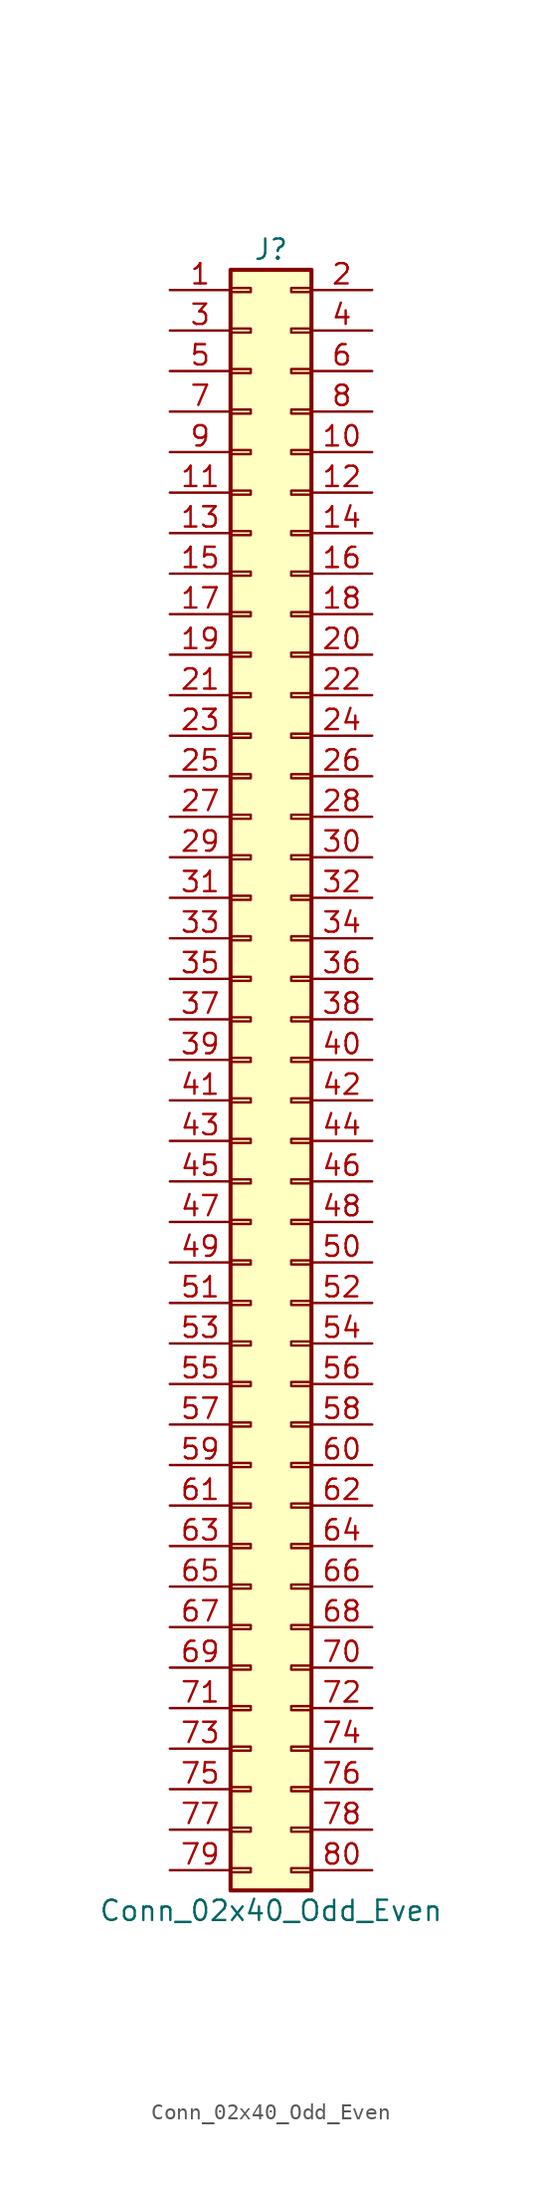
<source format=kicad_sym>
(kicad_symbol_lib
  (version 20241209)
  (generator "kicad_symbol_editor")
  (generator_version "9.0")
  (symbol "Conn_02x40_Odd_Even"
    (pin_names
      (offset 1.016)
      (hide yes))
    (property "Reference" "J"
      (at 1.27 50.8 0)
      (effects (font (size 1.27 1.27))))
    (property "Value" "Conn_02x40_Odd_Even"
      (at 1.27 -53.34 0)
      (effects (font (size 1.27 1.27))))
    (symbol "Conn_02x40_Odd_Even_1_1"
      (rectangle (start -1.27 49.53) (end 3.81 -52.07) (stroke (width 0.254) (type default)) (fill (type background)))
      (rectangle (start -1.27 48.387) (end 0 48.133) (stroke (width 0.152) (type default)) (fill (type none)))
      (rectangle (start -1.27 45.847) (end 0 45.593) (stroke (width 0.152) (type default)) (fill (type none)))
      (rectangle (start -1.27 43.307) (end 0 43.053) (stroke (width 0.152) (type default)) (fill (type none)))
      (rectangle (start -1.27 40.767) (end 0 40.513) (stroke (width 0.152) (type default)) (fill (type none)))
      (rectangle (start -1.27 38.227) (end 0 37.973) (stroke (width 0.152) (type default)) (fill (type none)))
      (rectangle (start -1.27 35.687) (end 0 35.433) (stroke (width 0.152) (type default)) (fill (type none)))
      (rectangle (start -1.27 33.147) (end 0 32.893) (stroke (width 0.152) (type default)) (fill (type none)))
      (rectangle (start -1.27 30.607) (end 0 30.353) (stroke (width 0.152) (type default)) (fill (type none)))
      (rectangle (start -1.27 28.067) (end 0 27.813) (stroke (width 0.152) (type default)) (fill (type none)))
      (rectangle (start -1.27 25.527) (end 0 25.273) (stroke (width 0.152) (type default)) (fill (type none)))
      (rectangle (start -1.27 22.987) (end 0 22.733) (stroke (width 0.152) (type default)) (fill (type none)))
      (rectangle (start -1.27 20.447) (end 0 20.193) (stroke (width 0.152) (type default)) (fill (type none)))
      (rectangle (start -1.27 17.907) (end 0 17.653) (stroke (width 0.152) (type default)) (fill (type none)))
      (rectangle (start -1.27 15.367) (end 0 15.113) (stroke (width 0.152) (type default)) (fill (type none)))
      (rectangle (start -1.27 12.827) (end 0 12.573) (stroke (width 0.152) (type default)) (fill (type none)))
      (rectangle (start -1.27 10.287) (end 0 10.033) (stroke (width 0.152) (type default)) (fill (type none)))
      (rectangle (start -1.27 7.747) (end 0 7.493) (stroke (width 0.152) (type default)) (fill (type none)))
      (rectangle (start -1.27 5.207) (end 0 4.953) (stroke (width 0.152) (type default)) (fill (type none)))
      (rectangle (start -1.27 2.667) (end 0 2.413) (stroke (width 0.152) (type default)) (fill (type none)))
      (rectangle (start -1.27 0.127) (end 0 -0.127) (stroke (width 0.152) (type default)) (fill (type none)))
      (rectangle (start -1.27 -2.413) (end 0 -2.667) (stroke (width 0.152) (type default)) (fill (type none)))
      (rectangle (start -1.27 -4.953) (end 0 -5.207) (stroke (width 0.152) (type default)) (fill (type none)))
      (rectangle (start -1.27 -7.493) (end 0 -7.747) (stroke (width 0.152) (type default)) (fill (type none)))
      (rectangle (start -1.27 -10.033) (end 0 -10.287) (stroke (width 0.152) (type default)) (fill (type none)))
      (rectangle (start -1.27 -12.573) (end 0 -12.827) (stroke (width 0.152) (type default)) (fill (type none)))
      (rectangle (start -1.27 -15.113) (end 0 -15.367) (stroke (width 0.152) (type default)) (fill (type none)))
      (rectangle (start -1.27 -17.653) (end 0 -17.907) (stroke (width 0.152) (type default)) (fill (type none)))
      (rectangle (start -1.27 -20.193) (end 0 -20.447) (stroke (width 0.152) (type default)) (fill (type none)))
      (rectangle (start -1.27 -22.733) (end 0 -22.987) (stroke (width 0.152) (type default)) (fill (type none)))
      (rectangle (start -1.27 -25.273) (end 0 -25.527) (stroke (width 0.152) (type default)) (fill (type none)))
      (rectangle (start -1.27 -27.813) (end 0 -28.067) (stroke (width 0.152) (type default)) (fill (type none)))
      (rectangle (start -1.27 -30.353) (end 0 -30.607) (stroke (width 0.152) (type default)) (fill (type none)))
      (rectangle (start -1.27 -32.893) (end 0 -33.147) (stroke (width 0.152) (type default)) (fill (type none)))
      (rectangle (start -1.27 -35.433) (end 0 -35.687) (stroke (width 0.152) (type default)) (fill (type none)))
      (rectangle (start -1.27 -37.973) (end 0 -38.227) (stroke (width 0.152) (type default)) (fill (type none)))
      (rectangle (start -1.27 -40.513) (end 0 -40.767) (stroke (width 0.152) (type default)) (fill (type none)))
      (rectangle (start -1.27 -43.053) (end 0 -43.307) (stroke (width 0.152) (type default)) (fill (type none)))
      (rectangle (start -1.27 -45.593) (end 0 -45.847) (stroke (width 0.152) (type default)) (fill (type none)))
      (rectangle (start -1.27 -48.133) (end 0 -48.387) (stroke (width 0.152) (type default)) (fill (type none)))
      (rectangle (start -1.27 -50.673) (end 0 -50.927) (stroke (width 0.152) (type default)) (fill (type none)))
      (rectangle (start 3.81 48.387) (end 2.54 48.133) (stroke (width 0.152) (type default)) (fill (type none)))
      (rectangle (start 3.81 45.847) (end 2.54 45.593) (stroke (width 0.152) (type default)) (fill (type none)))
      (rectangle (start 3.81 43.307) (end 2.54 43.053) (stroke (width 0.152) (type default)) (fill (type none)))
      (rectangle (start 3.81 40.767) (end 2.54 40.513) (stroke (width 0.152) (type default)) (fill (type none)))
      (rectangle (start 3.81 38.227) (end 2.54 37.973) (stroke (width 0.152) (type default)) (fill (type none)))
      (rectangle (start 3.81 35.687) (end 2.54 35.433) (stroke (width 0.152) (type default)) (fill (type none)))
      (rectangle (start 3.81 33.147) (end 2.54 32.893) (stroke (width 0.152) (type default)) (fill (type none)))
      (rectangle (start 3.81 30.607) (end 2.54 30.353) (stroke (width 0.152) (type default)) (fill (type none)))
      (rectangle (start 3.81 28.067) (end 2.54 27.813) (stroke (width 0.152) (type default)) (fill (type none)))
      (rectangle (start 3.81 25.527) (end 2.54 25.273) (stroke (width 0.152) (type default)) (fill (type none)))
      (rectangle (start 3.81 22.987) (end 2.54 22.733) (stroke (width 0.152) (type default)) (fill (type none)))
      (rectangle (start 3.81 20.447) (end 2.54 20.193) (stroke (width 0.152) (type default)) (fill (type none)))
      (rectangle (start 3.81 17.907) (end 2.54 17.653) (stroke (width 0.152) (type default)) (fill (type none)))
      (rectangle (start 3.81 15.367) (end 2.54 15.113) (stroke (width 0.152) (type default)) (fill (type none)))
      (rectangle (start 3.81 12.827) (end 2.54 12.573) (stroke (width 0.152) (type default)) (fill (type none)))
      (rectangle (start 3.81 10.287) (end 2.54 10.033) (stroke (width 0.152) (type default)) (fill (type none)))
      (rectangle (start 3.81 7.747) (end 2.54 7.493) (stroke (width 0.152) (type default)) (fill (type none)))
      (rectangle (start 3.81 5.207) (end 2.54 4.953) (stroke (width 0.152) (type default)) (fill (type none)))
      (rectangle (start 3.81 2.667) (end 2.54 2.413) (stroke (width 0.152) (type default)) (fill (type none)))
      (rectangle (start 3.81 0.127) (end 2.54 -0.127) (stroke (width 0.152) (type default)) (fill (type none)))
      (rectangle (start 3.81 -2.413) (end 2.54 -2.667) (stroke (width 0.152) (type default)) (fill (type none)))
      (rectangle (start 3.81 -4.953) (end 2.54 -5.207) (stroke (width 0.152) (type default)) (fill (type none)))
      (rectangle (start 3.81 -7.493) (end 2.54 -7.747) (stroke (width 0.152) (type default)) (fill (type none)))
      (rectangle (start 3.81 -10.033) (end 2.54 -10.287) (stroke (width 0.152) (type default)) (fill (type none)))
      (rectangle (start 3.81 -12.573) (end 2.54 -12.827) (stroke (width 0.152) (type default)) (fill (type none)))
      (rectangle (start 3.81 -15.113) (end 2.54 -15.367) (stroke (width 0.152) (type default)) (fill (type none)))
      (rectangle (start 3.81 -17.653) (end 2.54 -17.907) (stroke (width 0.152) (type default)) (fill (type none)))
      (rectangle (start 3.81 -20.193) (end 2.54 -20.447) (stroke (width 0.152) (type default)) (fill (type none)))
      (rectangle (start 3.81 -22.733) (end 2.54 -22.987) (stroke (width 0.152) (type default)) (fill (type none)))
      (rectangle (start 3.81 -25.273) (end 2.54 -25.527) (stroke (width 0.152) (type default)) (fill (type none)))
      (rectangle (start 3.81 -27.813) (end 2.54 -28.067) (stroke (width 0.152) (type default)) (fill (type none)))
      (rectangle (start 3.81 -30.353) (end 2.54 -30.607) (stroke (width 0.152) (type default)) (fill (type none)))
      (rectangle (start 3.81 -32.893) (end 2.54 -33.147) (stroke (width 0.152) (type default)) (fill (type none)))
      (rectangle (start 3.81 -35.433) (end 2.54 -35.687) (stroke (width 0.152) (type default)) (fill (type none)))
      (rectangle (start 3.81 -37.973) (end 2.54 -38.227) (stroke (width 0.152) (type default)) (fill (type none)))
      (rectangle (start 3.81 -40.513) (end 2.54 -40.767) (stroke (width 0.152) (type default)) (fill (type none)))
      (rectangle (start 3.81 -43.053) (end 2.54 -43.307) (stroke (width 0.152) (type default)) (fill (type none)))
      (rectangle (start 3.81 -45.593) (end 2.54 -45.847) (stroke (width 0.152) (type default)) (fill (type none)))
      (rectangle (start 3.81 -48.133) (end 2.54 -48.387) (stroke (width 0.152) (type default)) (fill (type none)))
      (rectangle (start 3.81 -50.673) (end 2.54 -50.927) (stroke (width 0.152) (type default)) (fill (type none)))
      (pin passive line (at -5.08 48.26 0) (length 3.81) (name "Pin_1" (effects (font (size 1.27 1.27)))) (number "1" (effects (font (size 1.27 1.27)))))
      (pin passive line (at -5.08 45.72 0) (length 3.81) (name "Pin_3" (effects (font (size 1.27 1.27)))) (number "3" (effects (font (size 1.27 1.27)))))
      (pin passive line (at -5.08 43.18 0) (length 3.81) (name "Pin_5" (effects (font (size 1.27 1.27)))) (number "5" (effects (font (size 1.27 1.27)))))
      (pin passive line (at -5.08 40.64 0) (length 3.81) (name "Pin_7" (effects (font (size 1.27 1.27)))) (number "7" (effects (font (size 1.27 1.27)))))
      (pin passive line (at -5.08 38.1 0) (length 3.81) (name "Pin_9" (effects (font (size 1.27 1.27)))) (number "9" (effects (font (size 1.27 1.27)))))
      (pin passive line (at -5.08 35.56 0) (length 3.81) (name "Pin_11" (effects (font (size 1.27 1.27)))) (number "11" (effects (font (size 1.27 1.27)))))
      (pin passive line (at -5.08 33.02 0) (length 3.81) (name "Pin_13" (effects (font (size 1.27 1.27)))) (number "13" (effects (font (size 1.27 1.27)))))
      (pin passive line (at -5.08 30.48 0) (length 3.81) (name "Pin_15" (effects (font (size 1.27 1.27)))) (number "15" (effects (font (size 1.27 1.27)))))
      (pin passive line (at -5.08 27.94 0) (length 3.81) (name "Pin_17" (effects (font (size 1.27 1.27)))) (number "17" (effects (font (size 1.27 1.27)))))
      (pin passive line (at -5.08 25.4 0) (length 3.81) (name "Pin_19" (effects (font (size 1.27 1.27)))) (number "19" (effects (font (size 1.27 1.27)))))
      (pin passive line (at -5.08 22.86 0) (length 3.81) (name "Pin_21" (effects (font (size 1.27 1.27)))) (number "21" (effects (font (size 1.27 1.27)))))
      (pin passive line (at -5.08 20.32 0) (length 3.81) (name "Pin_23" (effects (font (size 1.27 1.27)))) (number "23" (effects (font (size 1.27 1.27)))))
      (pin passive line (at -5.08 17.78 0) (length 3.81) (name "Pin_25" (effects (font (size 1.27 1.27)))) (number "25" (effects (font (size 1.27 1.27)))))
      (pin passive line (at -5.08 15.24 0) (length 3.81) (name "Pin_27" (effects (font (size 1.27 1.27)))) (number "27" (effects (font (size 1.27 1.27)))))
      (pin passive line (at -5.08 12.7 0) (length 3.81) (name "Pin_29" (effects (font (size 1.27 1.27)))) (number "29" (effects (font (size 1.27 1.27)))))
      (pin passive line (at -5.08 10.16 0) (length 3.81) (name "Pin_31" (effects (font (size 1.27 1.27)))) (number "31" (effects (font (size 1.27 1.27)))))
      (pin passive line (at -5.08 7.62 0) (length 3.81) (name "Pin_33" (effects (font (size 1.27 1.27)))) (number "33" (effects (font (size 1.27 1.27)))))
      (pin passive line (at -5.08 5.08 0) (length 3.81) (name "Pin_35" (effects (font (size 1.27 1.27)))) (number "35" (effects (font (size 1.27 1.27)))))
      (pin passive line (at -5.08 2.54 0) (length 3.81) (name "Pin_37" (effects (font (size 1.27 1.27)))) (number "37" (effects (font (size 1.27 1.27)))))
      (pin passive line (at -5.08 0 0) (length 3.81) (name "Pin_39" (effects (font (size 1.27 1.27)))) (number "39" (effects (font (size 1.27 1.27)))))
      (pin passive line (at -5.08 -2.54 0) (length 3.81) (name "Pin_41" (effects (font (size 1.27 1.27)))) (number "41" (effects (font (size 1.27 1.27)))))
      (pin passive line (at -5.08 -5.08 0) (length 3.81) (name "Pin_43" (effects (font (size 1.27 1.27)))) (number "43" (effects (font (size 1.27 1.27)))))
      (pin passive line (at -5.08 -7.62 0) (length 3.81) (name "Pin_45" (effects (font (size 1.27 1.27)))) (number "45" (effects (font (size 1.27 1.27)))))
      (pin passive line (at -5.08 -10.16 0) (length 3.81) (name "Pin_47" (effects (font (size 1.27 1.27)))) (number "47" (effects (font (size 1.27 1.27)))))
      (pin passive line (at -5.08 -12.7 0) (length 3.81) (name "Pin_49" (effects (font (size 1.27 1.27)))) (number "49" (effects (font (size 1.27 1.27)))))
      (pin passive line (at -5.08 -15.24 0) (length 3.81) (name "Pin_51" (effects (font (size 1.27 1.27)))) (number "51" (effects (font (size 1.27 1.27)))))
      (pin passive line (at -5.08 -17.78 0) (length 3.81) (name "Pin_53" (effects (font (size 1.27 1.27)))) (number "53" (effects (font (size 1.27 1.27)))))
      (pin passive line (at -5.08 -20.32 0) (length 3.81) (name "Pin_55" (effects (font (size 1.27 1.27)))) (number "55" (effects (font (size 1.27 1.27)))))
      (pin passive line (at -5.08 -22.86 0) (length 3.81) (name "Pin_57" (effects (font (size 1.27 1.27)))) (number "57" (effects (font (size 1.27 1.27)))))
      (pin passive line (at -5.08 -25.4 0) (length 3.81) (name "Pin_59" (effects (font (size 1.27 1.27)))) (number "59" (effects (font (size 1.27 1.27)))))
      (pin passive line (at -5.08 -27.94 0) (length 3.81) (name "Pin_61" (effects (font (size 1.27 1.27)))) (number "61" (effects (font (size 1.27 1.27)))))
      (pin passive line (at -5.08 -30.48 0) (length 3.81) (name "Pin_63" (effects (font (size 1.27 1.27)))) (number "63" (effects (font (size 1.27 1.27)))))
      (pin passive line (at -5.08 -33.02 0) (length 3.81) (name "Pin_65" (effects (font (size 1.27 1.27)))) (number "65" (effects (font (size 1.27 1.27)))))
      (pin passive line (at -5.08 -35.56 0) (length 3.81) (name "Pin_67" (effects (font (size 1.27 1.27)))) (number "67" (effects (font (size 1.27 1.27)))))
      (pin passive line (at -5.08 -38.1 0) (length 3.81) (name "Pin_69" (effects (font (size 1.27 1.27)))) (number "69" (effects (font (size 1.27 1.27)))))
      (pin passive line (at -5.08 -40.64 0) (length 3.81) (name "Pin_71" (effects (font (size 1.27 1.27)))) (number "71" (effects (font (size 1.27 1.27)))))
      (pin passive line (at -5.08 -43.18 0) (length 3.81) (name "Pin_73" (effects (font (size 1.27 1.27)))) (number "73" (effects (font (size 1.27 1.27)))))
      (pin passive line (at -5.08 -45.72 0) (length 3.81) (name "Pin_75" (effects (font (size 1.27 1.27)))) (number "75" (effects (font (size 1.27 1.27)))))
      (pin passive line (at -5.08 -48.26 0) (length 3.81) (name "Pin_77" (effects (font (size 1.27 1.27)))) (number "77" (effects (font (size 1.27 1.27)))))
      (pin passive line (at -5.08 -50.8 0) (length 3.81) (name "Pin_79" (effects (font (size 1.27 1.27)))) (number "79" (effects (font (size 1.27 1.27)))))
      (pin passive line (at 7.62 48.26 180) (length 3.81) (name "Pin_2" (effects (font (size 1.27 1.27)))) (number "2" (effects (font (size 1.27 1.27)))))
      (pin passive line (at 7.62 45.72 180) (length 3.81) (name "Pin_4" (effects (font (size 1.27 1.27)))) (number "4" (effects (font (size 1.27 1.27)))))
      (pin passive line (at 7.62 43.18 180) (length 3.81) (name "Pin_6" (effects (font (size 1.27 1.27)))) (number "6" (effects (font (size 1.27 1.27)))))
      (pin passive line (at 7.62 40.64 180) (length 3.81) (name "Pin_8" (effects (font (size 1.27 1.27)))) (number "8" (effects (font (size 1.27 1.27)))))
      (pin passive line (at 7.62 38.1 180) (length 3.81) (name "Pin_10" (effects (font (size 1.27 1.27)))) (number "10" (effects (font (size 1.27 1.27)))))
      (pin passive line (at 7.62 35.56 180) (length 3.81) (name "Pin_12" (effects (font (size 1.27 1.27)))) (number "12" (effects (font (size 1.27 1.27)))))
      (pin passive line (at 7.62 33.02 180) (length 3.81) (name "Pin_14" (effects (font (size 1.27 1.27)))) (number "14" (effects (font (size 1.27 1.27)))))
      (pin passive line (at 7.62 30.48 180) (length 3.81) (name "Pin_16" (effects (font (size 1.27 1.27)))) (number "16" (effects (font (size 1.27 1.27)))))
      (pin passive line (at 7.62 27.94 180) (length 3.81) (name "Pin_18" (effects (font (size 1.27 1.27)))) (number "18" (effects (font (size 1.27 1.27)))))
      (pin passive line (at 7.62 25.4 180) (length 3.81) (name "Pin_20" (effects (font (size 1.27 1.27)))) (number "20" (effects (font (size 1.27 1.27)))))
      (pin passive line (at 7.62 22.86 180) (length 3.81) (name "Pin_22" (effects (font (size 1.27 1.27)))) (number "22" (effects (font (size 1.27 1.27)))))
      (pin passive line (at 7.62 20.32 180) (length 3.81) (name "Pin_24" (effects (font (size 1.27 1.27)))) (number "24" (effects (font (size 1.27 1.27)))))
      (pin passive line (at 7.62 17.78 180) (length 3.81) (name "Pin_26" (effects (font (size 1.27 1.27)))) (number "26" (effects (font (size 1.27 1.27)))))
      (pin passive line (at 7.62 15.24 180) (length 3.81) (name "Pin_28" (effects (font (size 1.27 1.27)))) (number "28" (effects (font (size 1.27 1.27)))))
      (pin passive line (at 7.62 12.7 180) (length 3.81) (name "Pin_30" (effects (font (size 1.27 1.27)))) (number "30" (effects (font (size 1.27 1.27)))))
      (pin passive line (at 7.62 10.16 180) (length 3.81) (name "Pin_32" (effects (font (size 1.27 1.27)))) (number "32" (effects (font (size 1.27 1.27)))))
      (pin passive line (at 7.62 7.62 180) (length 3.81) (name "Pin_34" (effects (font (size 1.27 1.27)))) (number "34" (effects (font (size 1.27 1.27)))))
      (pin passive line (at 7.62 5.08 180) (length 3.81) (name "Pin_36" (effects (font (size 1.27 1.27)))) (number "36" (effects (font (size 1.27 1.27)))))
      (pin passive line (at 7.62 2.54 180) (length 3.81) (name "Pin_38" (effects (font (size 1.27 1.27)))) (number "38" (effects (font (size 1.27 1.27)))))
      (pin passive line (at 7.62 0 180) (length 3.81) (name "Pin_40" (effects (font (size 1.27 1.27)))) (number "40" (effects (font (size 1.27 1.27)))))
      (pin passive line (at 7.62 -2.54 180) (length 3.81) (name "Pin_42" (effects (font (size 1.27 1.27)))) (number "42" (effects (font (size 1.27 1.27)))))
      (pin passive line (at 7.62 -5.08 180) (length 3.81) (name "Pin_44" (effects (font (size 1.27 1.27)))) (number "44" (effects (font (size 1.27 1.27)))))
      (pin passive line (at 7.62 -7.62 180) (length 3.81) (name "Pin_46" (effects (font (size 1.27 1.27)))) (number "46" (effects (font (size 1.27 1.27)))))
      (pin passive line (at 7.62 -10.16 180) (length 3.81) (name "Pin_48" (effects (font (size 1.27 1.27)))) (number "48" (effects (font (size 1.27 1.27)))))
      (pin passive line (at 7.62 -12.7 180) (length 3.81) (name "Pin_50" (effects (font (size 1.27 1.27)))) (number "50" (effects (font (size 1.27 1.27)))))
      (pin passive line (at 7.62 -15.24 180) (length 3.81) (name "Pin_52" (effects (font (size 1.27 1.27)))) (number "52" (effects (font (size 1.27 1.27)))))
      (pin passive line (at 7.62 -17.78 180) (length 3.81) (name "Pin_54" (effects (font (size 1.27 1.27)))) (number "54" (effects (font (size 1.27 1.27)))))
      (pin passive line (at 7.62 -20.32 180) (length 3.81) (name "Pin_56" (effects (font (size 1.27 1.27)))) (number "56" (effects (font (size 1.27 1.27)))))
      (pin passive line (at 7.62 -22.86 180) (length 3.81) (name "Pin_58" (effects (font (size 1.27 1.27)))) (number "58" (effects (font (size 1.27 1.27)))))
      (pin passive line (at 7.62 -25.4 180) (length 3.81) (name "Pin_60" (effects (font (size 1.27 1.27)))) (number "60" (effects (font (size 1.27 1.27)))))
      (pin passive line (at 7.62 -27.94 180) (length 3.81) (name "Pin_62" (effects (font (size 1.27 1.27)))) (number "62" (effects (font (size 1.27 1.27)))))
      (pin passive line (at 7.62 -30.48 180) (length 3.81) (name "Pin_64" (effects (font (size 1.27 1.27)))) (number "64" (effects (font (size 1.27 1.27)))))
      (pin passive line (at 7.62 -33.02 180) (length 3.81) (name "Pin_66" (effects (font (size 1.27 1.27)))) (number "66" (effects (font (size 1.27 1.27)))))
      (pin passive line (at 7.62 -35.56 180) (length 3.81) (name "Pin_68" (effects (font (size 1.27 1.27)))) (number "68" (effects (font (size 1.27 1.27)))))
      (pin passive line (at 7.62 -38.1 180) (length 3.81) (name "Pin_70" (effects (font (size 1.27 1.27)))) (number "70" (effects (font (size 1.27 1.27)))))
      (pin passive line (at 7.62 -40.64 180) (length 3.81) (name "Pin_72" (effects (font (size 1.27 1.27)))) (number "72" (effects (font (size 1.27 1.27)))))
      (pin passive line (at 7.62 -43.18 180) (length 3.81) (name "Pin_74" (effects (font (size 1.27 1.27)))) (number "74" (effects (font (size 1.27 1.27)))))
      (pin passive line (at 7.62 -45.72 180) (length 3.81) (name "Pin_76" (effects (font (size 1.27 1.27)))) (number "76" (effects (font (size 1.27 1.27)))))
      (pin passive line (at 7.62 -48.26 180) (length 3.81) (name "Pin_78" (effects (font (size 1.27 1.27)))) (number "78" (effects (font (size 1.27 1.27)))))
      (pin passive line (at 7.62 -50.8 180) (length 3.81) (name "Pin_80" (effects (font (size 1.27 1.27)))) (number "80" (effects (font (size 1.27 1.27))))))))
</source>
